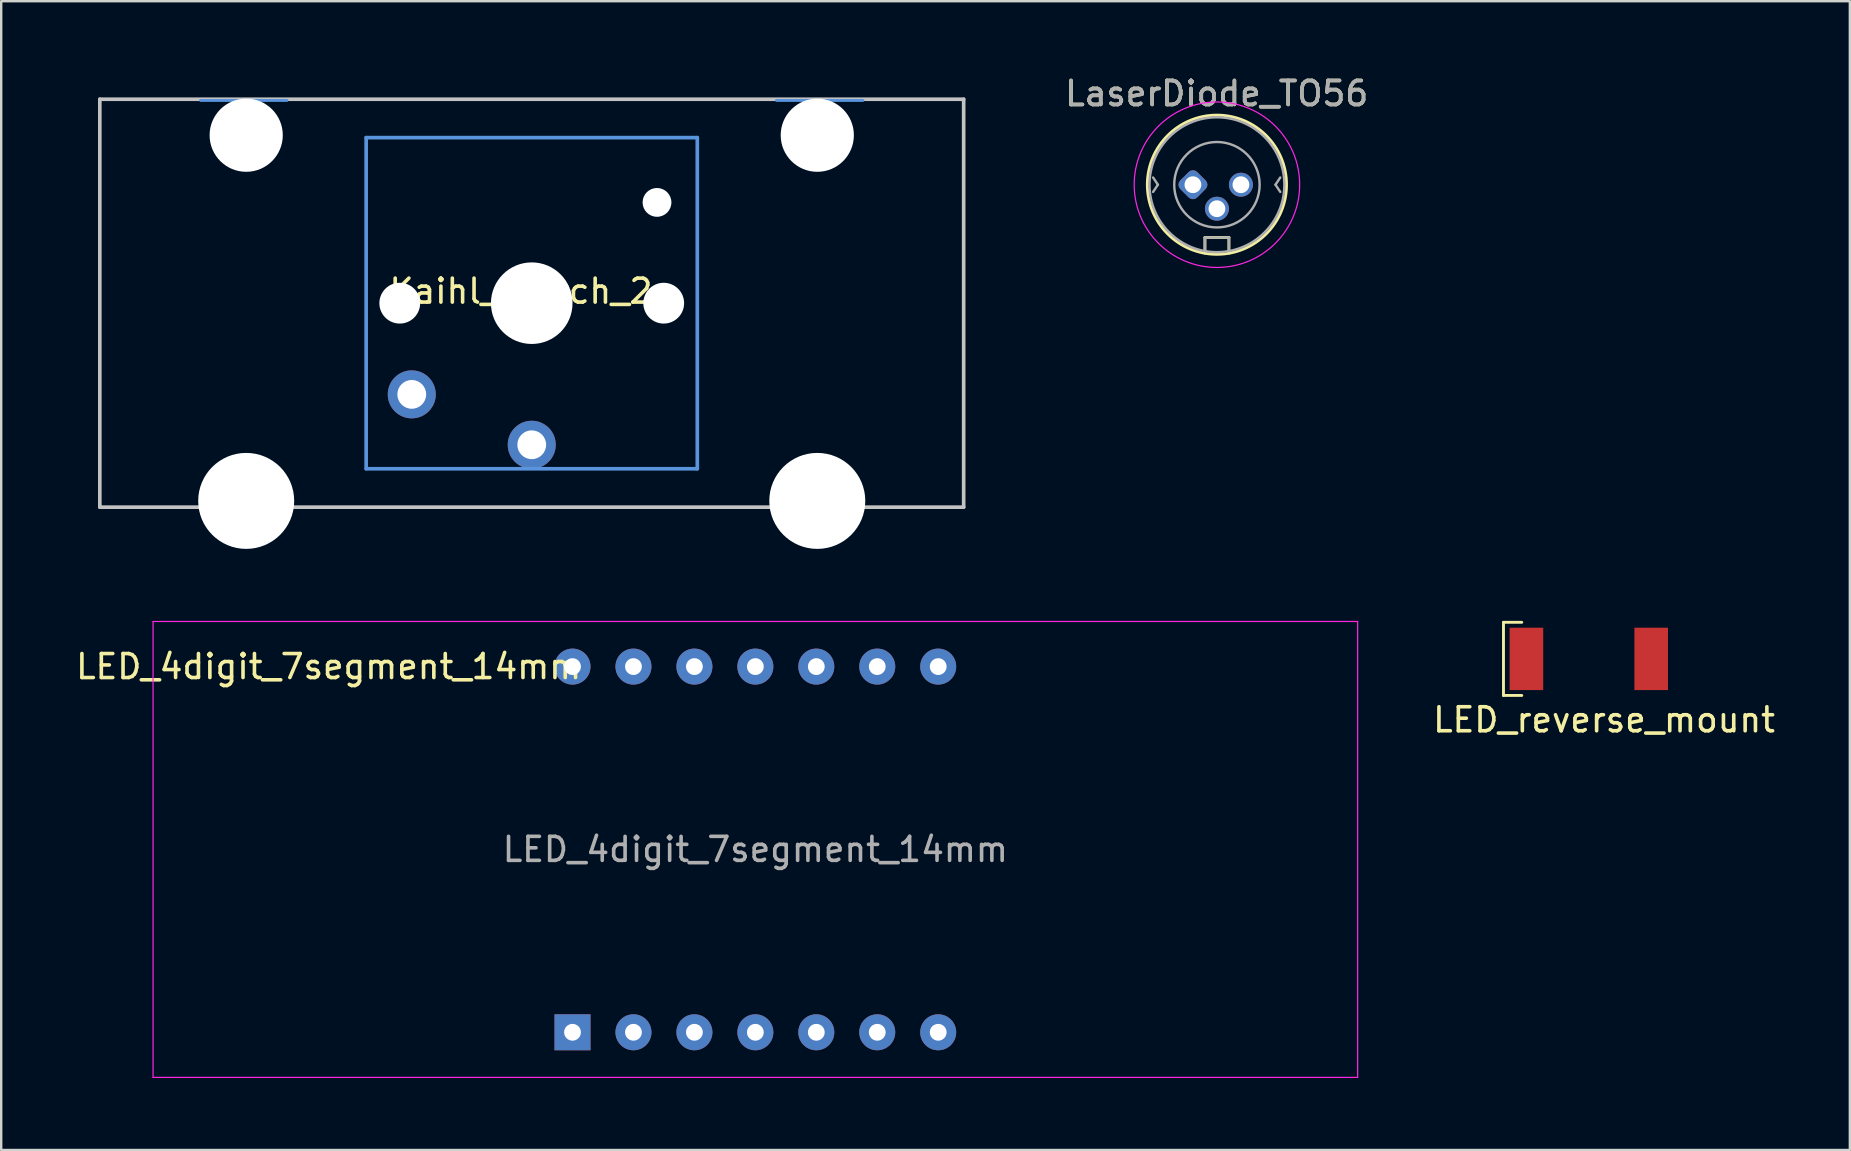
<source format=kicad_pcb>
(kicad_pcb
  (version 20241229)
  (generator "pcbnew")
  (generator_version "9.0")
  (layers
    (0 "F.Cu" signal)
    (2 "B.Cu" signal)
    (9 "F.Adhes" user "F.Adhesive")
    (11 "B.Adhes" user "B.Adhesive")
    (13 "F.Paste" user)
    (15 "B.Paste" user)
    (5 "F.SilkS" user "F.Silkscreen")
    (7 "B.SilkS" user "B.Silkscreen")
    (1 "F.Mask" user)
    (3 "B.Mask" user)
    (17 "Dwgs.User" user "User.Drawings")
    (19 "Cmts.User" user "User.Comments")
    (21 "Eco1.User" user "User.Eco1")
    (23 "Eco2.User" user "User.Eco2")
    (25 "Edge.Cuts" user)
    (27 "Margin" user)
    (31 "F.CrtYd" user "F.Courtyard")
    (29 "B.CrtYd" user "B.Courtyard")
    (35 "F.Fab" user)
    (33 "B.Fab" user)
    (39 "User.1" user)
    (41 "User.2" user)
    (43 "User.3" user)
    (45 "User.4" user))
  (footprint "LaserDiode_TO56"
    (layer "F.Cu")
    (at 47.665 4.648)
    (property "Reference" "LaserDiode_TO56" (at -0.01 -3.8 0) (layer "F.SilkS") (effects (font (size 1 1) (thickness 0.15))))
    (attr through_hole)
    (fp_line (start -0.5 2.2) (end 0.5 2.2) (stroke (width 0.12) (type solid)) (layer "F.SilkS"))
    (fp_line (start -0.5 2.85) (end -0.5 2.2) (stroke (width 0.12) (type solid)) (layer "F.SilkS"))
    (fp_line (start 0.5 2.2) (end 0.5 2.85) (stroke (width 0.12) (type solid)) (layer "F.SilkS"))
    (fp_circle (center 0 0) (end 2.9 0) (stroke (width 0.12) (type solid)) (fill no) (layer "F.SilkS"))
    (fp_circle (center 0 0) (end 3.3 1) (stroke (width 0.05) (type solid)) (fill no) (layer "F.CrtYd"))
    (fp_line (start -2.66 -0.3) (end -2.46 0) (stroke (width 0.1) (type solid)) (layer "F.Fab"))
    (fp_line (start -2.46 0) (end -2.66 0.3) (stroke (width 0.1) (type solid)) (layer "F.Fab"))
    (fp_line (start -0.5 2.2) (end 0.5 2.2) (stroke (width 0.1) (type solid)) (layer "F.Fab"))
    (fp_line (start -0.5 2.7) (end -0.5 2.2) (stroke (width 0.1) (type solid)) (layer "F.Fab"))
    (fp_line (start 0.5 2.2) (end 0.5 2.7) (stroke (width 0.1) (type solid)) (layer "F.Fab"))
    (fp_line (start 2.44 0) (end 2.64 0.3) (stroke (width 0.1) (type solid)) (layer "F.Fab"))
    (fp_line (start 2.64 -0.3) (end 2.44 0) (stroke (width 0.1) (type solid)) (layer "F.Fab"))
    (fp_circle (center 0 0) (end 1.78 0) (stroke (width 0.1) (type solid)) (fill no) (layer "F.Fab"))
    (fp_circle (center 0 0) (end 2.81 0) (stroke (width 0.1) (type solid)) (fill no) (layer "F.Fab"))
    (fp_text user "${REFERENCE}" (at -0.01 -3.8 0) (layer "F.Fab") (effects (font (size 1 1) (thickness 0.15))))
    (pad "1" thru_hole roundrect (at -1 0 45) (size 1 1) (drill 0.7) (layers "*.Cu" "*.Mask") (roundrect_rratio 0.25))
    (pad "2" thru_hole circle (at 0 1) (size 1 1) (drill 0.7) (layers "*.Cu" "*.Mask"))
    (pad "3" thru_hole circle (at 1 0) (size 1 1) (drill 0.7) (layers "*.Cu" "*.Mask")))
  (footprint "Kaihl_switch_2u"
    (layer "F.Cu")
    (at 19.11 9.585)
    (property "Reference" "Kaihl_switch_2u" (at 0 -0.5 0) (unlocked yes) (layer "F.SilkS") (effects (font (size 1 1) (thickness 0.15))))
    (fp_line (start -18 -8.5) (end 18 -8.5) (stroke (width 0.152) (type solid)) (layer "Dwgs.User"))
    (fp_line (start -18 8.5) (end -18 -8.5) (stroke (width 0.152) (type solid)) (layer "Dwgs.User"))
    (fp_line (start 18 -8.5) (end 18 8.5) (stroke (width 0.152) (type solid)) (layer "Dwgs.User"))
    (fp_line (start 18 8.5) (end -18 8.5) (stroke (width 0.152) (type solid)) (layer "Dwgs.User"))
    (fp_line (start -13.8 -8.45) (end -10.2 -8.45) (stroke (width 0.12) (type solid)) (layer "Cmts.User"))
    (fp_line (start -6.9 -6.9) (end 6.9 -6.9) (stroke (width 0.152) (type solid)) (layer "Cmts.User"))
    (fp_line (start -6.9 6.9) (end -6.9 -6.9) (stroke (width 0.152) (type solid)) (layer "Cmts.User"))
    (fp_line (start 6.9 -6.9) (end 6.9 6.9) (stroke (width 0.152) (type solid)) (layer "Cmts.User"))
    (fp_line (start 6.9 6.9) (end -6.9 6.9) (stroke (width 0.152) (type solid)) (layer "Cmts.User"))
    (fp_line (start 10.2 -8.45) (end 13.8 -8.45) (stroke (width 0.12) (type solid)) (layer "Cmts.User"))
    (fp_line (start -19.05 -9.525) (end -19.05 9.525) (stroke (width 0.12) (type solid)) (layer "Eco1.User"))
    (fp_line (start -19.05 -9.525) (end 19.05 -9.525) (stroke (width 0.12) (type solid)) (layer "Eco1.User"))
    (fp_line (start -19.05 9.525) (end 19.05 9.525) (stroke (width 0.12) (type solid)) (layer "Eco1.User"))
    (fp_line (start 19.05 -9.525) (end 19.05 9.525) (stroke (width 0.12) (type solid)) (layer "Eco1.User"))
    (fp_line (start -7.5 -7.5) (end 7.5 -7.5) (stroke (width 0.152) (type solid)) (layer "Eco2.User"))
    (fp_line (start -7.5 7.5) (end -7.5 -7.5) (stroke (width 0.152) (type solid)) (layer "Eco2.User"))
    (fp_line (start 7.5 -7.5) (end 7.5 7.5) (stroke (width 0.152) (type solid)) (layer "Eco2.User"))
    (fp_line (start 7.5 7.5) (end -7.5 7.5) (stroke (width 0.152) (type solid)) (layer "Eco2.User"))
    (pad "" np_thru_hole circle (at -11.9 -7) (size 3.05 3.05) (drill 3.05) (layers "*.Cu" "*.Mask"))
    (pad "" np_thru_hole circle (at -11.9 8.24) (size 4 4) (drill 4) (layers "*.Cu" "*.Mask"))
    (pad "" np_thru_hole circle (at -5.5 0 180) (size 1.7 1.7) (drill 1.7) (layers "*.Cu" "*.Mask"))
    (pad "" np_thru_hole circle (at 0 0 180) (size 3.4 3.4) (drill 3.4) (layers "*.Cu" "*.Mask"))
    (pad "" np_thru_hole circle (at 5.22 -4.2 180) (size 1.2 1.2) (drill 1.2) (layers "*.Cu" "*.Mask"))
    (pad "" np_thru_hole circle (at 5.5 0 180) (size 1.7 1.7) (drill 1.7) (layers "*.Cu" "*.Mask"))
    (pad "" np_thru_hole circle (at 11.9 -7) (size 3.05 3.05) (drill 3.05) (layers "*.Cu" "*.Mask"))
    (pad "" np_thru_hole circle (at 11.9 8.24) (size 4 4) (drill 4) (layers "*.Cu" "*.Mask"))
    (pad "1" thru_hole circle (at 0 5.9 180) (size 2 2) (drill 1.2) (layers "*.Cu" "*.Mask"))
    (pad "2" thru_hole circle (at -5 3.8 41.9) (size 2 2) (drill 1.2) (layers "*.Cu" "*.Mask")))
  (footprint "LED_reverse_mount"
    (layer "F.Cu")
    (at 63.163 24.409)
    (property "Reference" "LED_reverse_mount" (at 0.635 2.54 180) (layer "F.SilkS") (effects (font (size 1 1) (thickness 0.15))))
    (attr smd)
    (fp_line (start -3.556 -1.524) (end -3.556 1.524) (stroke (width 0.12) (type default)) (layer "F.SilkS"))
    (fp_line (start -3.556 1.524) (end -2.794 1.524) (stroke (width 0.12) (type default)) (layer "F.SilkS"))
    (fp_line (start -2.794 -1.524) (end -3.556 -1.524) (stroke (width 0.12) (type default)) (layer "F.SilkS"))
    (pad "1" smd rect (at -2.6 0) (size 1.4 2.6) (layers "F.Cu" "F.Mask" "F.Paste"))
    (pad "2" smd rect (at 2.6 0) (size 1.4 2.6) (layers "F.Cu" "F.Mask" "F.Paste"))
    (zone (net_name "") (layer "F.Cu") (hatch edge 0.508) (connect_pads) (min_thickness 0.254) (filled_areas_thickness no) (keepout (tracks not_allowed) (vias not_allowed) (pads not_allowed) (copperpour not_allowed) (footprints not_allowed)) (placement (enabled no)) (fill (island_removal_mode 2) (island_area_min 10)) (polygon (pts (xy 61.258 23.139) (xy 65.068 23.139) (xy 65.068 25.704) (xy 61.258 25.704)))))
  (footprint "LED_4digit_7segment_14mm"
    (layer "F.Cu")
    (at 28.429 32.35)
    (property "Reference" "LED_4digit_7segment_14mm" (at -17.78 -7.62 180) (layer "F.SilkS") (effects (font (size 1 1) (thickness 0.15))))
    (fp_line (start -25.1 -9.5) (end 25.1 -9.5) (stroke (width 0.05) (type solid)) (layer "F.CrtYd"))
    (fp_line (start -25.1 9.5) (end -25.1 -9.5) (stroke (width 0.05) (type solid)) (layer "F.CrtYd"))
    (fp_line (start 25.1 -9.5) (end 25.1 9.5) (stroke (width 0.05) (type solid)) (layer "F.CrtYd"))
    (fp_line (start 25.1 9.5) (end -25.1 9.5) (stroke (width 0.05) (type solid)) (layer "F.CrtYd"))
    (fp_text user "${REFERENCE}" (at 0 0 180) (layer "F.Fab") (effects (font (size 1 1) (thickness 0.15))))
    (pad "1" thru_hole rect (at -7.62 7.62 90) (size 1.5 1.5) (drill 0.7) (layers "*.Cu" "*.Mask"))
    (pad "2" thru_hole circle (at -5.08 7.62 90) (size 1.5 1.5) (drill 0.7) (layers "*.Cu" "*.Mask"))
    (pad "3" thru_hole circle (at -2.54 7.62 90) (size 1.5 1.5) (drill 0.7) (layers "*.Cu" "*.Mask"))
    (pad "4" thru_hole circle (at 0 7.62 90) (size 1.5 1.5) (drill 0.7) (layers "*.Cu" "*.Mask"))
    (pad "5" thru_hole circle (at 2.54 7.62 90) (size 1.5 1.5) (drill 0.7) (layers "*.Cu" "*.Mask"))
    (pad "6" thru_hole circle (at 5.08 7.62 90) (size 1.5 1.5) (drill 0.7) (layers "*.Cu" "*.Mask"))
    (pad "7" thru_hole circle (at 7.62 7.62 90) (size 1.5 1.5) (drill 0.7) (layers "*.Cu" "*.Mask"))
    (pad "8" thru_hole circle (at 7.62 -7.62 90) (size 1.5 1.5) (drill 0.7) (layers "*.Cu" "*.Mask"))
    (pad "9" thru_hole circle (at 5.08 -7.62 90) (size 1.5 1.5) (drill 0.7) (layers "*.Cu" "*.Mask"))
    (pad "10" thru_hole circle (at 2.54 -7.62 90) (size 1.5 1.5) (drill 0.7) (layers "*.Cu" "*.Mask"))
    (pad "11" thru_hole circle (at 0 -7.62) (size 1.5 1.5) (drill 0.7) (layers "*.Cu" "*.Mask"))
    (pad "12" thru_hole circle (at -2.54 -7.62) (size 1.5 1.5) (drill 0.7) (layers "*.Cu" "*.Mask"))
    (pad "13" thru_hole circle (at -5.08 -7.62 90) (size 1.5 1.5) (drill 0.7) (layers "*.Cu" "*.Mask"))
    (pad "14" thru_hole circle (at -7.62 -7.62 90) (size 1.5 1.5) (drill 0.7) (layers "*.Cu" "*.Mask")))
  (gr_rect
    (start -3 -3)
    (end 74.042 44.875)
    (stroke (width 0.1) (type default))
    (fill no)
    (layer "Edge.Cuts")))
</source>
